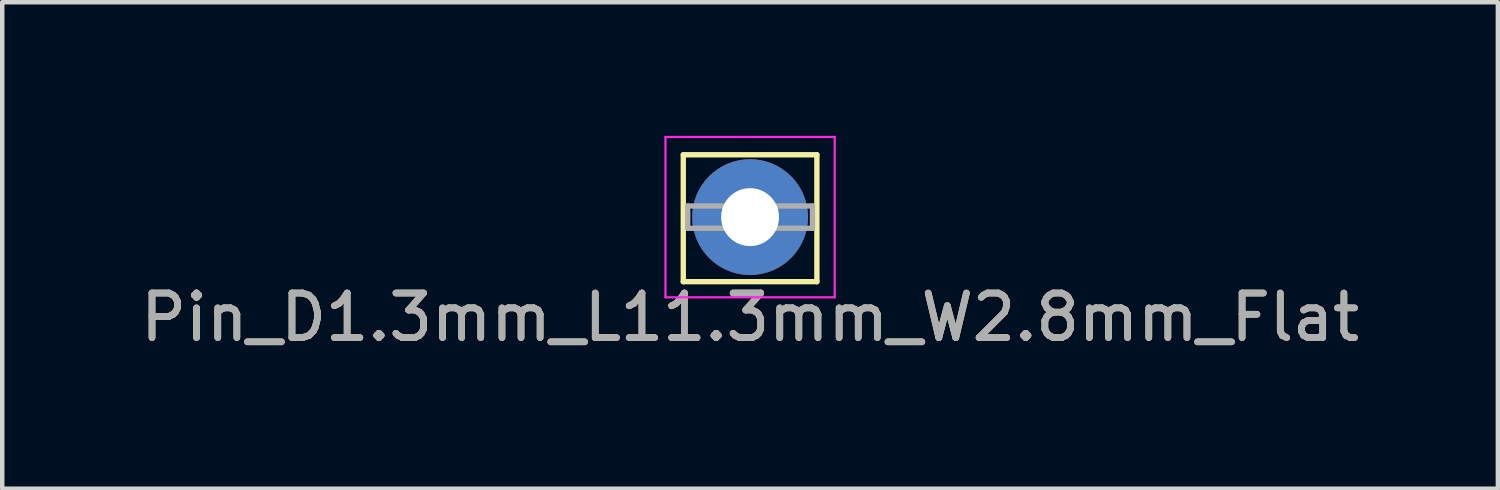
<source format=kicad_pcb>
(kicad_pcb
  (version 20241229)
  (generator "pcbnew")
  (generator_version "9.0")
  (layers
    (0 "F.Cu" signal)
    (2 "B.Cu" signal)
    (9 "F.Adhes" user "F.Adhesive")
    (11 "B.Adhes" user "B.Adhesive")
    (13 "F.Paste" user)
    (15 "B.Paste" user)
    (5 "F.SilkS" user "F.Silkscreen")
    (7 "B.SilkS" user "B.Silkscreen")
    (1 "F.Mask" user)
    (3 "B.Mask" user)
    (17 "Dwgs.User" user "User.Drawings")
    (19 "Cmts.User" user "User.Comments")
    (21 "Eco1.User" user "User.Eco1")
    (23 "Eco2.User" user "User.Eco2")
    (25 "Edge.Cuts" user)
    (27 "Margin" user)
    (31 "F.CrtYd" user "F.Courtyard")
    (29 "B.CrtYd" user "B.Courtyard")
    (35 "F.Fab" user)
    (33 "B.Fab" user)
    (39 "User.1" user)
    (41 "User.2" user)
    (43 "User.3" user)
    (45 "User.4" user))
  (footprint "Pin_D1.3mm_L11.3mm_W2.8mm_Flat"
    (layer "F.Cu")
    (at 13.792 1.825)
    (property "Reference" "Pin_D1.3mm_L11.3mm_W2.8mm_Flat" (at 0 2.25 0) (layer "F.SilkS") (effects (font (size 1 1) (thickness 0.15))))
    (attr through_hole)
    (fp_line (start -1.5 -1.4) (end -1.5 1.45) (stroke (width 0.12) (type solid)) (layer "F.SilkS"))
    (fp_line (start -1.5 -1.4) (end 1.5 -1.4) (stroke (width 0.12) (type solid)) (layer "F.SilkS"))
    (fp_line (start -1.5 1.45) (end 1.5 1.45) (stroke (width 0.12) (type solid)) (layer "F.SilkS"))
    (fp_line (start 1.5 -1.4) (end 1.5 1.45) (stroke (width 0.12) (type solid)) (layer "F.SilkS"))
    (fp_line (start -1.9 -1.8) (end -1.9 1.8) (stroke (width 0.05) (type solid)) (layer "F.CrtYd"))
    (fp_line (start -1.9 -1.8) (end 1.9 -1.8) (stroke (width 0.05) (type solid)) (layer "F.CrtYd"))
    (fp_line (start 1.9 1.8) (end -1.9 1.8) (stroke (width 0.05) (type solid)) (layer "F.CrtYd"))
    (fp_line (start 1.9 1.8) (end 1.9 -1.8) (stroke (width 0.05) (type solid)) (layer "F.CrtYd"))
    (fp_line (start -1.4 -0.25) (end 1.4 -0.25) (stroke (width 0.12) (type solid)) (layer "F.Fab"))
    (fp_line (start -1.4 0.25) (end -1.4 -0.25) (stroke (width 0.12) (type solid)) (layer "F.Fab"))
    (fp_line (start 1.4 -0.25) (end 1.4 0.25) (stroke (width 0.12) (type solid)) (layer "F.Fab"))
    (fp_line (start 1.4 0.25) (end -1.4 0.25) (stroke (width 0.12) (type solid)) (layer "F.Fab"))
    (fp_text user "${REFERENCE}" (at 0 2.25 0) (layer "F.Fab") (effects (font (size 1 1) (thickness 0.15))))
    (pad "1" thru_hole circle (at 0 0) (size 2.6 2.6) (drill 1.3) (layers "*.Cu" "*.Mask")))
  (gr_rect
    (start -3 -3)
    (end 30.583 7.923)
    (stroke (width 0.1) (type default))
    (fill no)
    (layer "Edge.Cuts")))
</source>
